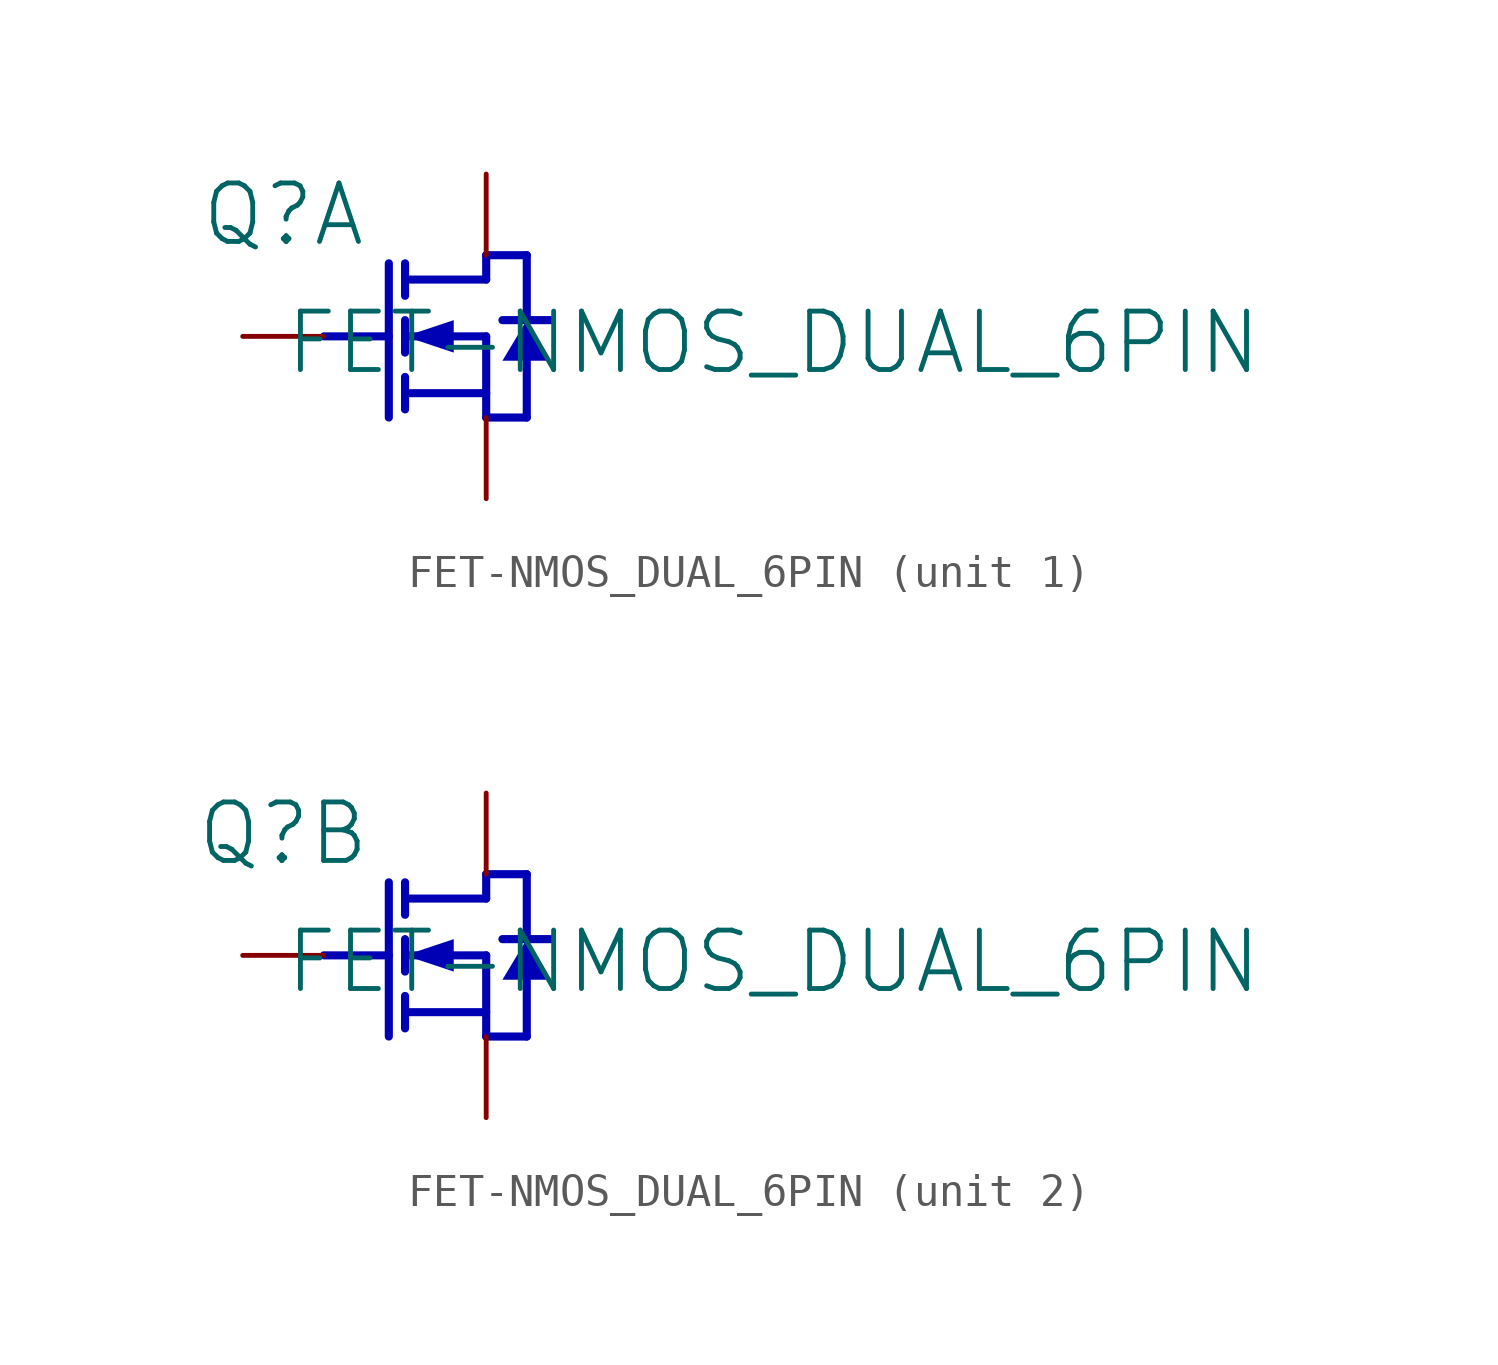
<source format=kicad_sym>
(kicad_symbol_lib
  (version 20231120)
  (generator "kicad_symbol_editor")
  (generator_version "8.0")
  (symbol "FET-NMOS_DUAL_6PIN"
    (property "Reference" "Q"
      (at -1.27 1.27 0)
      (effects (font (size 1.829 1.829))))
    (property "Value" "FET-NMOS_DUAL_6PIN"
      (at -1.27 -3.81 0)
      (effects (font (size 1.829 1.829)) (justify left bottom)))
    (symbol "FET-NMOS_DUAL_6PIN_1_0"
      (polyline (pts (xy 0 -2.54) (xy 2.032 -2.54)) (stroke (width 0.254) (type solid) (color 0 0 180 1)) (fill (type none)))
      (polyline (pts (xy 2.032 -0.254) (xy 2.032 -5.08)) (stroke (width 0.254) (type solid) (color 0 0 180 1)) (fill (type none)))
      (polyline (pts (xy 2.54 -4.826) (xy 2.54 -3.81)) (stroke (width 0.254) (type solid) (color 0 0 180 1)) (fill (type none)))
      (polyline (pts (xy 2.54 -3.048) (xy 2.54 -2.032)) (stroke (width 0.254) (type solid) (color 0 0 180 1)) (fill (type none)))
      (polyline (pts (xy 2.54 -0.254) (xy 2.54 -1.27)) (stroke (width 0.254) (type solid) (color 0 0 180 1)) (fill (type none)))
      (polyline (pts (xy 5.08 -5.08) (xy 6.35 -5.08)) (stroke (width 0.254) (type solid) (color 0 0 180 1)) (fill (type none)))
      (polyline (pts (xy 5.08 -4.318) (xy 2.54 -4.318)) (stroke (width 0.254) (type solid) (color 0 0 180 1)) (fill (type none)))
      (polyline (pts (xy 5.08 -2.54) (xy 2.54 -2.54)) (stroke (width 0.254) (type solid) (color 0 0 180 1)) (fill (type none)))
      (polyline (pts (xy 5.08 -2.54) (xy 5.08 -5.08)) (stroke (width 0.254) (type solid) (color 0 0 180 1)) (fill (type none)))
      (polyline (pts (xy 5.08 -0.762) (xy 2.54 -0.762)) (stroke (width 0.254) (type solid) (color 0 0 180 1)) (fill (type none)))
      (polyline (pts (xy 5.08 -0.762) (xy 5.08 0)) (stroke (width 0.254) (type solid) (color 0 0 180 1)) (fill (type none)))
      (polyline (pts (xy 5.08 0) (xy 6.35 0)) (stroke (width 0.254) (type solid) (color 0 0 180 1)) (fill (type none)))
      (polyline (pts (xy 5.588 -2.032) (xy 7.112 -2.032)) (stroke (width 0.254) (type solid) (color 0 0 180 1)) (fill (type none)))
      (polyline (pts (xy 6.35 -5.08) (xy 6.35 -3.302)) (stroke (width 0.254) (type solid) (color 0 0 180 1)) (fill (type none)))
      (polyline (pts (xy 6.35 0) (xy 6.35 -2.032)) (stroke (width 0.254) (type solid) (color 0 0 180 1)) (fill (type none)))
      (polyline (pts (xy 2.54 -2.54) (xy 4.064 -3.048) (xy 4.064 -2.032) (xy 2.54 -2.54)) (stroke (width -0.0001) (type solid) (color 0 0 180 1)) (fill (type outline)))
      (polyline (pts (xy 6.35 -2.032) (xy 5.588 -3.302) (xy 7.112 -3.302) (xy 6.35 -2.032)) (stroke (width -0.0001) (type solid) (color 0 0 180 1)) (fill (type outline)))
      (pin passive line (at 5.08 -7.62 90) (length 2.54) (name "S1" (effects (font (size 0 0)))) (number "1" (effects (font (size 0 0)))))
      (pin passive line (at -2.54 -2.54 0) (length 2.54) (name "G1" (effects (font (size 0 0)))) (number "2" (effects (font (size 0 0)))))
      (pin passive line (at 5.08 2.54 270) (length 2.54) (name "D1" (effects (font (size 0 0)))) (number "6" (effects (font (size 0 0))))))
    (symbol "FET-NMOS_DUAL_6PIN_2_0"
      (polyline (pts (xy 0 -2.54) (xy 2.032 -2.54)) (stroke (width 0.254) (type solid) (color 0 0 180 1)) (fill (type none)))
      (polyline (pts (xy 2.032 -0.254) (xy 2.032 -5.08)) (stroke (width 0.254) (type solid) (color 0 0 180 1)) (fill (type none)))
      (polyline (pts (xy 2.54 -4.826) (xy 2.54 -3.81)) (stroke (width 0.254) (type solid) (color 0 0 180 1)) (fill (type none)))
      (polyline (pts (xy 2.54 -3.048) (xy 2.54 -2.032)) (stroke (width 0.254) (type solid) (color 0 0 180 1)) (fill (type none)))
      (polyline (pts (xy 2.54 -0.254) (xy 2.54 -1.27)) (stroke (width 0.254) (type solid) (color 0 0 180 1)) (fill (type none)))
      (polyline (pts (xy 5.08 -5.08) (xy 6.35 -5.08)) (stroke (width 0.254) (type solid) (color 0 0 180 1)) (fill (type none)))
      (polyline (pts (xy 5.08 -4.318) (xy 2.54 -4.318)) (stroke (width 0.254) (type solid) (color 0 0 180 1)) (fill (type none)))
      (polyline (pts (xy 5.08 -2.54) (xy 2.54 -2.54)) (stroke (width 0.254) (type solid) (color 0 0 180 1)) (fill (type none)))
      (polyline (pts (xy 5.08 -2.54) (xy 5.08 -5.08)) (stroke (width 0.254) (type solid) (color 0 0 180 1)) (fill (type none)))
      (polyline (pts (xy 5.08 -0.762) (xy 2.54 -0.762)) (stroke (width 0.254) (type solid) (color 0 0 180 1)) (fill (type none)))
      (polyline (pts (xy 5.08 -0.762) (xy 5.08 0)) (stroke (width 0.254) (type solid) (color 0 0 180 1)) (fill (type none)))
      (polyline (pts (xy 5.08 0) (xy 6.35 0)) (stroke (width 0.254) (type solid) (color 0 0 180 1)) (fill (type none)))
      (polyline (pts (xy 5.588 -2.032) (xy 7.112 -2.032)) (stroke (width 0.254) (type solid) (color 0 0 180 1)) (fill (type none)))
      (polyline (pts (xy 6.35 -5.08) (xy 6.35 -3.302)) (stroke (width 0.254) (type solid) (color 0 0 180 1)) (fill (type none)))
      (polyline (pts (xy 6.35 0) (xy 6.35 -2.032)) (stroke (width 0.254) (type solid) (color 0 0 180 1)) (fill (type none)))
      (polyline (pts (xy 2.54 -2.54) (xy 4.064 -3.048) (xy 4.064 -2.032) (xy 2.54 -2.54)) (stroke (width -0.0001) (type solid) (color 0 0 180 1)) (fill (type outline)))
      (polyline (pts (xy 6.35 -2.032) (xy 5.588 -3.302) (xy 7.112 -3.302) (xy 6.35 -2.032)) (stroke (width -0.0001) (type solid) (color 0 0 180 1)) (fill (type outline)))
      (pin passive line (at 5.08 2.54 270) (length 2.54) (name "D2" (effects (font (size 0 0)))) (number "3" (effects (font (size 0 0)))))
      (pin passive line (at 5.08 -7.62 90) (length 2.54) (name "S2" (effects (font (size 0 0)))) (number "4" (effects (font (size 0 0)))))
      (pin passive line (at -2.54 -2.54 0) (length 2.54) (name "G2" (effects (font (size 0 0)))) (number "5" (effects (font (size 0 0))))))))
</source>
